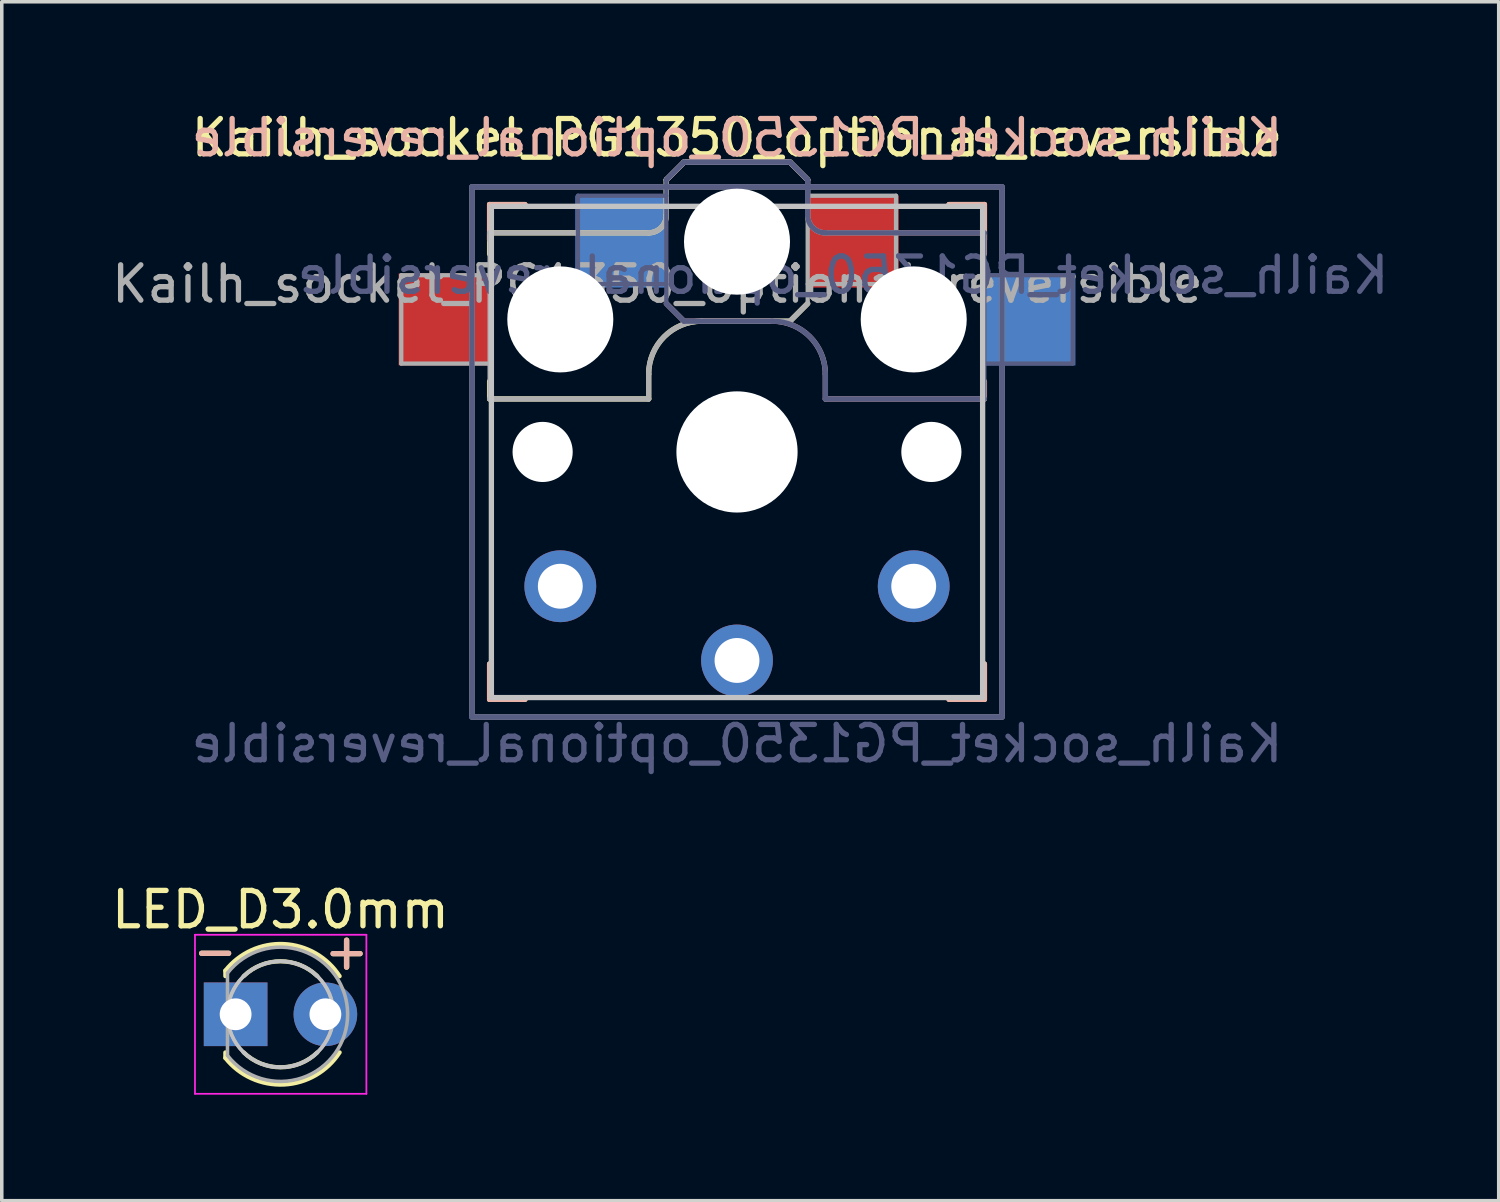
<source format=kicad_pcb>
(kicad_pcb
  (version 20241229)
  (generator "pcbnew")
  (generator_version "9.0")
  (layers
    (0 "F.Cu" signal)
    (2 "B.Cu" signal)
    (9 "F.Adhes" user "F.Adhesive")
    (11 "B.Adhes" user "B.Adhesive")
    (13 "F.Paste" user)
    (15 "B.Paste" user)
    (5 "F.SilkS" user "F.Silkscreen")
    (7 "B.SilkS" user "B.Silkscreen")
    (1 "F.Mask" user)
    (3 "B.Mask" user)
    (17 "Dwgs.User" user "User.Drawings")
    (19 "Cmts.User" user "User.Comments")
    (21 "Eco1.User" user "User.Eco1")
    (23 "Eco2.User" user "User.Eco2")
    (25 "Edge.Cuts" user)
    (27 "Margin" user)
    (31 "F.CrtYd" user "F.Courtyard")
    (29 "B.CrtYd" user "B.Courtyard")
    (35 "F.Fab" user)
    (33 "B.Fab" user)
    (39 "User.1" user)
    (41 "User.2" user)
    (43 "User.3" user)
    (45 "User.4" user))
  (footprint "LED_D3.0mm"
    (layer "F.Cu")
    (at 3.617 25.65)
    (property "Reference" "LED_D3.0mm" (at 1.27 -2.96 0) (layer "F.SilkS") (effects (font (size 1 1) (thickness 0.15))))
    (attr through_hole)
    (fp_line (start -0.29 -1.236) (end -0.29 -1.08) (stroke (width 0.12) (type solid)) (layer "F.SilkS"))
    (fp_line (start -0.29 1.08) (end -0.29 1.236) (stroke (width 0.12) (type solid)) (layer "F.SilkS"))
    (fp_arc (start -0.29 -1.235516) (mid 1.366487 -1.987659) (end 2.942335 -1.078608) (stroke (width 0.12) (type solid)) (layer "F.SilkS"))
    (fp_arc (start 0.229039 -1.08) (mid 1.270117 -1.5) (end 2.31113 -1.079837) (stroke (width 0.12) (type solid)) (layer "F.SilkS"))
    (fp_arc (start 2.31113 1.079837) (mid 1.270117 1.5) (end 0.229039 1.08) (stroke (width 0.12) (type solid)) (layer "F.SilkS"))
    (fp_arc (start 2.942335 1.078608) (mid 1.366487 1.987659) (end -0.29 1.235516) (stroke (width 0.12) (type solid)) (layer "F.SilkS"))
    (fp_circle (center 1.27 0) (end 2.77 0) (stroke (width 0.1) (type solid)) (fill no) (layer "Dwgs.User"))
    (fp_line (start -1.15 -2.25) (end -1.15 2.25) (stroke (width 0.05) (type solid)) (layer "F.CrtYd"))
    (fp_line (start -1.15 2.25) (end 3.7 2.25) (stroke (width 0.05) (type solid)) (layer "F.CrtYd"))
    (fp_line (start 3.7 -2.25) (end -1.15 -2.25) (stroke (width 0.05) (type solid)) (layer "F.CrtYd"))
    (fp_line (start 3.7 2.25) (end 3.7 -2.25) (stroke (width 0.05) (type solid)) (layer "F.CrtYd"))
    (fp_line (start -0.23 -1.166) (end -0.23 1.166) (stroke (width 0.1) (type solid)) (layer "F.Fab"))
    (fp_arc (start -0.23 -1.16619) (mid 3.17 0.000452) (end -0.230555 1.165476) (stroke (width 0.1) (type solid)) (layer "F.Fab"))
    (fp_circle (center 1.27 0) (end 2.77 0) (stroke (width 0.1) (type solid)) (fill no) (layer "F.Fab"))
    (fp_text user "-" (at -0.58 -1.8 0) (unlocked yes) (layer "F.SilkS") (effects (font (size 1 1) (thickness 0.15))))
    (fp_text user "+" (at 3.14 -1.79 0) (unlocked yes) (layer "F.SilkS") (effects (font (size 1 1) (thickness 0.15))))
    (fp_text user "-" (at -0.58 -1.8 0) (unlocked yes) (layer "B.SilkS") (effects (font (size 1 1) (thickness 0.15)) (justify mirror)))
    (fp_text user "+" (at 3.14 -1.79 0) (unlocked yes) (layer "B.SilkS") (effects (font (size 1 1) (thickness 0.15)) (justify mirror)))
    (pad "1" thru_hole rect (at 0 0) (size 1.8 1.8) (drill 0.9) (layers "*.Cu" "*.Mask"))
    (pad "2" thru_hole circle (at 2.54 0) (size 1.8 1.8) (drill 0.9) (layers "*.Cu" "*.Mask")))
  (footprint "Kailh_socket_PG1350_optional_reversible"
    (layer "F.Cu")
    (at 17.804 9.738)
    (property "Reference" "Kailh_socket_PG1350_optional_reversible" (at 0 -8.89 0) (layer "F.SilkS") (effects (font (size 1 1) (thickness 0.15))))
    (property "Value" "Kailh_socket_PG1350_optional_reversible" (at 0 8.255 0) (layer "F.Fab") (hide yes) (effects (font (size 1 1) (thickness 0.15))))
    (attr through_hole)
    (fp_line (start -7 -7) (end -6 -7) (stroke (width 0.15) (type solid)) (layer "F.SilkS"))
    (fp_line (start -7 -6.2) (end -2.5 -6.2) (stroke (width 0.15) (type solid)) (layer "F.SilkS"))
    (fp_line (start -7 -6) (end -7 -7) (stroke (width 0.15) (type solid)) (layer "F.SilkS"))
    (fp_line (start -7 -5.6) (end -7 -6.2) (stroke (width 0.15) (type solid)) (layer "F.SilkS"))
    (fp_line (start -7 -1.5) (end -7 -2) (stroke (width 0.15) (type solid)) (layer "F.SilkS"))
    (fp_line (start -7 7) (end -7 6) (stroke (width 0.15) (type solid)) (layer "F.SilkS"))
    (fp_line (start -6 7) (end -7 7) (stroke (width 0.15) (type solid)) (layer "F.SilkS"))
    (fp_line (start -2.5 -2.2) (end -2.5 -1.5) (stroke (width 0.15) (type solid)) (layer "F.SilkS"))
    (fp_line (start -2.5 -1.5) (end -7 -1.5) (stroke (width 0.15) (type solid)) (layer "F.SilkS"))
    (fp_line (start -2 -6.7) (end -2 -7.7) (stroke (width 0.15) (type solid)) (layer "F.SilkS"))
    (fp_line (start -1.5 -8.2) (end -2 -7.7) (stroke (width 0.15) (type solid)) (layer "F.SilkS"))
    (fp_line (start 1.5 -8.2) (end -1.5 -8.2) (stroke (width 0.15) (type solid)) (layer "F.SilkS"))
    (fp_line (start 1.5 -3.7) (end -1 -3.7) (stroke (width 0.15) (type solid)) (layer "F.SilkS"))
    (fp_line (start 2 -7.7) (end 1.5 -8.2) (stroke (width 0.15) (type solid)) (layer "F.SilkS"))
    (fp_line (start 2 -4.2) (end 1.5 -3.7) (stroke (width 0.15) (type solid)) (layer "F.SilkS"))
    (fp_line (start 6 -7) (end 7 -7) (stroke (width 0.15) (type solid)) (layer "F.SilkS"))
    (fp_line (start 7 -7) (end 7 -6) (stroke (width 0.15) (type solid)) (layer "F.SilkS"))
    (fp_line (start 7 6) (end 7 7) (stroke (width 0.15) (type solid)) (layer "F.SilkS"))
    (fp_line (start 7 7) (end 6 7) (stroke (width 0.15) (type solid)) (layer "F.SilkS"))
    (fp_arc (start -2.5 -2.2) (mid -2.06066 -3.26066) (end -1 -3.7) (stroke (width 0.15) (type solid)) (layer "F.SilkS"))
    (fp_arc (start -2 -6.7) (mid -2.146447 -6.346447) (end -2.5 -6.2) (stroke (width 0.15) (type solid)) (layer "F.SilkS"))
    (fp_line (start -7 -7) (end -6 -7) (stroke (width 0.15) (type solid)) (layer "B.SilkS"))
    (fp_line (start -7 -6) (end -7 -7) (stroke (width 0.15) (type solid)) (layer "B.SilkS"))
    (fp_line (start -7 7) (end -7 6) (stroke (width 0.15) (type solid)) (layer "B.SilkS"))
    (fp_line (start -6 7) (end -7 7) (stroke (width 0.15) (type solid)) (layer "B.SilkS"))
    (fp_line (start -2 -7.7) (end -1.5 -8.2) (stroke (width 0.15) (type solid)) (layer "B.SilkS"))
    (fp_line (start -2 -4.2) (end -1.5 -3.7) (stroke (width 0.15) (type solid)) (layer "B.SilkS"))
    (fp_line (start -1.5 -8.2) (end 1.5 -8.2) (stroke (width 0.15) (type solid)) (layer "B.SilkS"))
    (fp_line (start -1.5 -3.7) (end 1 -3.7) (stroke (width 0.15) (type solid)) (layer "B.SilkS"))
    (fp_line (start 1.5 -8.2) (end 2 -7.7) (stroke (width 0.15) (type solid)) (layer "B.SilkS"))
    (fp_line (start 2 -6.7) (end 2 -7.7) (stroke (width 0.15) (type solid)) (layer "B.SilkS"))
    (fp_line (start 2.5 -2.2) (end 2.5 -1.5) (stroke (width 0.15) (type solid)) (layer "B.SilkS"))
    (fp_line (start 2.5 -1.5) (end 7 -1.5) (stroke (width 0.15) (type solid)) (layer "B.SilkS"))
    (fp_line (start 6 -7) (end 7 -7) (stroke (width 0.15) (type solid)) (layer "B.SilkS"))
    (fp_line (start 7 -7) (end 7 -6) (stroke (width 0.15) (type solid)) (layer "B.SilkS"))
    (fp_line (start 7 -6.2) (end 2.5 -6.2) (stroke (width 0.15) (type solid)) (layer "B.SilkS"))
    (fp_line (start 7 -5.6) (end 7 -6.2) (stroke (width 0.15) (type solid)) (layer "B.SilkS"))
    (fp_line (start 7 -1.5) (end 7 -2) (stroke (width 0.15) (type solid)) (layer "B.SilkS"))
    (fp_line (start 7 6) (end 7 7) (stroke (width 0.15) (type solid)) (layer "B.SilkS"))
    (fp_line (start 7 7) (end 6 7) (stroke (width 0.15) (type solid)) (layer "B.SilkS"))
    (fp_arc (start 1 -3.7) (mid 2.06066 -3.26066) (end 2.5 -2.2) (stroke (width 0.15) (type solid)) (layer "B.SilkS"))
    (fp_arc (start 2.5 -6.2) (mid 2.146447 -6.346447) (end 2 -6.7) (stroke (width 0.15) (type solid)) (layer "B.SilkS"))
    (fp_line (start -6.95 6.95) (end -6.95 -6.95) (stroke (width 0.15) (type solid)) (layer "Dwgs.User"))
    (fp_line (start -6.95 6.95) (end 6.95 6.95) (stroke (width 0.15) (type solid)) (layer "Dwgs.User"))
    (fp_line (start 6.95 -6.95) (end -6.95 -6.95) (stroke (width 0.15) (type solid)) (layer "Dwgs.User"))
    (fp_line (start 6.95 -6.95) (end 6.95 6.95) (stroke (width 0.15) (type solid)) (layer "Dwgs.User"))
    (fp_line (start -2.6 -3.1) (end -2.6 -6.3) (stroke (width 0.15) (type solid)) (layer "Eco2.User"))
    (fp_line (start -2.6 -3.1) (end 2.6 -3.1) (stroke (width 0.15) (type solid)) (layer "Eco2.User"))
    (fp_line (start 2.6 -6.3) (end -2.6 -6.3) (stroke (width 0.15) (type solid)) (layer "Eco2.User"))
    (fp_line (start 2.6 -3.1) (end 2.6 -6.3) (stroke (width 0.15) (type solid)) (layer "Eco2.User"))
    (fp_line (start -7.5 -7.5) (end 7.5 -7.5) (stroke (width 0.15) (type solid)) (layer "B.Fab"))
    (fp_line (start -7.5 7.5) (end -7.5 -7.5) (stroke (width 0.15) (type solid)) (layer "B.Fab"))
    (fp_line (start -4.5 -7.25) (end -2 -7.25) (stroke (width 0.12) (type solid)) (layer "B.Fab"))
    (fp_line (start -4.5 -4.75) (end -4.5 -7.25) (stroke (width 0.12) (type solid)) (layer "B.Fab"))
    (fp_line (start -2 -7.7) (end -1.5 -8.2) (stroke (width 0.15) (type solid)) (layer "B.Fab"))
    (fp_line (start -2 -4.75) (end -4.5 -4.75) (stroke (width 0.12) (type solid)) (layer "B.Fab"))
    (fp_line (start -2 -4.25) (end -2 -7.7) (stroke (width 0.12) (type solid)) (layer "B.Fab"))
    (fp_line (start -2 -4.2) (end -1.5 -3.7) (stroke (width 0.15) (type solid)) (layer "B.Fab"))
    (fp_line (start -1.5 -8.2) (end 1.5 -8.2) (stroke (width 0.15) (type solid)) (layer "B.Fab"))
    (fp_line (start -1.5 -3.7) (end 1 -3.7) (stroke (width 0.15) (type solid)) (layer "B.Fab"))
    (fp_line (start 1.5 -8.2) (end 2 -7.7) (stroke (width 0.15) (type solid)) (layer "B.Fab"))
    (fp_line (start 2 -6.7) (end 2 -7.7) (stroke (width 0.15) (type solid)) (layer "B.Fab"))
    (fp_line (start 2.5 -2.2) (end 2.5 -1.5) (stroke (width 0.15) (type solid)) (layer "B.Fab"))
    (fp_line (start 2.5 -1.5) (end 7 -1.5) (stroke (width 0.15) (type solid)) (layer "B.Fab"))
    (fp_line (start 7 -6.2) (end 2.5 -6.2) (stroke (width 0.15) (type solid)) (layer "B.Fab"))
    (fp_line (start 7 -5) (end 9.5 -5) (stroke (width 0.12) (type solid)) (layer "B.Fab"))
    (fp_line (start 7 -1.5) (end 7 -6.2) (stroke (width 0.12) (type solid)) (layer "B.Fab"))
    (fp_line (start 7.5 -7.5) (end 7.5 7.5) (stroke (width 0.15) (type solid)) (layer "B.Fab"))
    (fp_line (start 7.5 7.5) (end -7.5 7.5) (stroke (width 0.15) (type solid)) (layer "B.Fab"))
    (fp_line (start 9.5 -5) (end 9.5 -2.5) (stroke (width 0.12) (type solid)) (layer "B.Fab"))
    (fp_line (start 9.5 -2.5) (end 7 -2.5) (stroke (width 0.12) (type solid)) (layer "B.Fab"))
    (fp_arc (start 1 -3.7) (mid 2.06066 -3.26066) (end 2.5 -2.2) (stroke (width 0.15) (type solid)) (layer "B.Fab"))
    (fp_arc (start 2.5 -6.2) (mid 2.146447 -6.346447) (end 2 -6.7) (stroke (width 0.15) (type solid)) (layer "B.Fab"))
    (fp_line (start -9.5 -5) (end -9.5 -2.5) (stroke (width 0.12) (type solid)) (layer "F.Fab"))
    (fp_line (start -9.5 -2.5) (end -7 -2.5) (stroke (width 0.12) (type solid)) (layer "F.Fab"))
    (fp_line (start -7.5 -7.5) (end 7.5 -7.5) (stroke (width 0.15) (type solid)) (layer "F.Fab"))
    (fp_line (start -7.5 7.5) (end -7.5 -7.5) (stroke (width 0.15) (type solid)) (layer "F.Fab"))
    (fp_line (start -7 -6.2) (end -2.5 -6.2) (stroke (width 0.15) (type solid)) (layer "F.Fab"))
    (fp_line (start -7 -5) (end -9.5 -5) (stroke (width 0.12) (type solid)) (layer "F.Fab"))
    (fp_line (start -7 -1.5) (end -7 -6.2) (stroke (width 0.12) (type solid)) (layer "F.Fab"))
    (fp_line (start -2.5 -2.2) (end -2.5 -1.5) (stroke (width 0.15) (type solid)) (layer "F.Fab"))
    (fp_line (start -2.5 -1.5) (end -7 -1.5) (stroke (width 0.15) (type solid)) (layer "F.Fab"))
    (fp_line (start -2 -6.7) (end -2 -7.7) (stroke (width 0.15) (type solid)) (layer "F.Fab"))
    (fp_line (start -1.5 -8.2) (end -2 -7.7) (stroke (width 0.15) (type solid)) (layer "F.Fab"))
    (fp_line (start 1.5 -8.2) (end -1.5 -8.2) (stroke (width 0.15) (type solid)) (layer "F.Fab"))
    (fp_line (start 1.5 -3.7) (end -1 -3.7) (stroke (width 0.15) (type solid)) (layer "F.Fab"))
    (fp_line (start 2 -7.7) (end 1.5 -8.2) (stroke (width 0.15) (type solid)) (layer "F.Fab"))
    (fp_line (start 2 -4.75) (end 4.5 -4.75) (stroke (width 0.12) (type solid)) (layer "F.Fab"))
    (fp_line (start 2 -4.25) (end 2 -7.7) (stroke (width 0.12) (type solid)) (layer "F.Fab"))
    (fp_line (start 2 -4.2) (end 1.5 -3.7) (stroke (width 0.15) (type solid)) (layer "F.Fab"))
    (fp_line (start 4.5 -7.25) (end 2 -7.25) (stroke (width 0.12) (type solid)) (layer "F.Fab"))
    (fp_line (start 4.5 -4.75) (end 4.5 -7.25) (stroke (width 0.12) (type solid)) (layer "F.Fab"))
    (fp_line (start 7.5 -7.5) (end 7.5 7.5) (stroke (width 0.15) (type solid)) (layer "F.Fab"))
    (fp_line (start 7.5 7.5) (end -7.5 7.5) (stroke (width 0.15) (type solid)) (layer "F.Fab"))
    (fp_arc (start -2.5 -2.2) (mid -2.06066 -3.26066) (end -1 -3.7) (stroke (width 0.15) (type solid)) (layer "F.Fab"))
    (fp_arc (start -2 -6.7) (mid -2.146447 -6.346447) (end -2.5 -6.2) (stroke (width 0.15) (type solid)) (layer "F.Fab"))
    (fp_text user "${REFERENCE}" (at 0 -8.89 0) (layer "B.SilkS") (effects (font (size 1 1) (thickness 0.15)) (justify mirror)))
    (fp_text user "${VALUE}" (at 0 8.255 0) (layer "B.Fab") (effects (font (size 1 1) (thickness 0.15)) (justify mirror)))
    (fp_text user "${REFERENCE}" (at 3 -5 180) (layer "B.Fab") (effects (font (size 1 1) (thickness 0.15)) (justify mirror)))
    (fp_text user "${REFERENCE}" (at -2.25 -4.75 0) (layer "F.Fab") (effects (font (size 1 1) (thickness 0.15))))
    (pad "" np_thru_hole circle (at -5.5 0) (size 1.702 1.702) (drill 1.702) (layers "*.Cu" "*.Mask"))
    (pad "" np_thru_hole circle (at -5 -3.75) (size 3 3) (drill 3) (layers "*.Cu" "*.Mask"))
    (pad "" np_thru_hole circle (at 0 -5.95) (size 3 3) (drill 3) (layers "*.Cu" "*.Mask"))
    (pad "" np_thru_hole circle (at 0 0) (size 3.429 3.429) (drill 3.429) (layers "*.Cu" "*.Mask"))
    (pad "" np_thru_hole circle (at 5 -3.75) (size 3 3) (drill 3) (layers "*.Cu" "*.Mask"))
    (pad "" np_thru_hole circle (at 5.5 0) (size 1.702 1.702) (drill 1.702) (layers "*.Cu" "*.Mask"))
    (pad "1" smd rect (at -3.275 -5.95) (size 2.6 2.6) (layers "B.Cu" "B.Mask" "B.Paste"))
    (pad "1" thru_hole circle (at 0 5.9) (size 2.032 2.032) (drill 1.27) (layers "*.Cu" "*.Mask"))
    (pad "1" smd rect (at 3.275 -5.95) (size 2.6 2.6) (layers "F.Cu" "F.Mask" "F.Paste"))
    (pad "2" smd rect (at -8.275 -3.75) (size 2.6 2.6) (layers "F.Cu" "F.Mask" "F.Paste"))
    (pad "2" thru_hole circle (at -5 3.8) (size 2.032 2.032) (drill 1.27) (layers "*.Cu" "*.Mask"))
    (pad "2" thru_hole circle (at 5 3.8) (size 2.032 2.032) (drill 1.27) (layers "*.Cu" "*.Mask"))
    (pad "2" smd rect (at 8.275 -3.75) (size 2.6 2.6) (layers "B.Cu" "B.Mask" "B.Paste")))
  (gr_rect
    (start -3 -3)
    (end 39.357 30.925)
    (stroke (width 0.1) (type default))
    (fill no)
    (layer "Edge.Cuts")))
</source>
